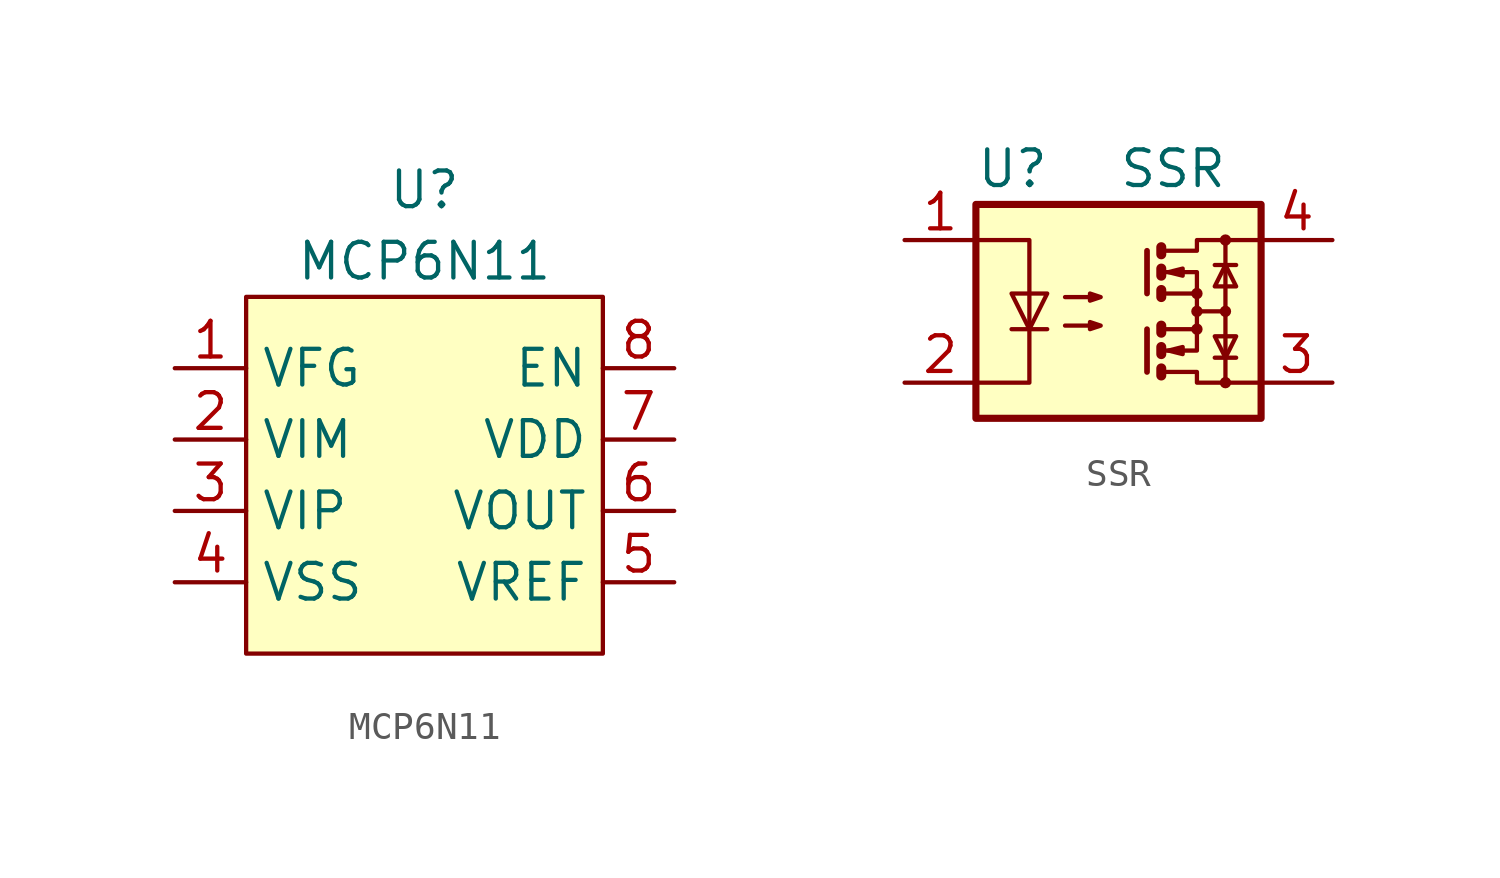
<source format=kicad_sym>
(kicad_symbol_lib
  (version 20211014)
  (generator kicad_symbol_editor)
  (symbol "MCP6N11"
    (property "Reference" "U"
      (at 0 5.08 0)
      (effects (font (size 1.27 1.27))))
    (property "Value" "MCP6N11"
      (at 0 2.54 0)
      (effects (font (size 1.27 1.27))))
    (symbol "MCP6N11_0_1"
      (rectangle (start 6.35 1.27) (end -6.35 -11.43) (stroke (width 0) (type default) (color 0 0 0 0)) (fill (type background))))
    (symbol "MCP6N11_1_1"
      (pin input line (at -8.89 -1.27 0) (length 2.54) (name "VFG" (effects (font (size 1.27 1.27)))) (number "1" (effects (font (size 1.27 1.27)))))
      (pin input line (at -8.89 -3.81 0) (length 2.54) (name "VIM" (effects (font (size 1.27 1.27)))) (number "2" (effects (font (size 1.27 1.27)))))
      (pin input line (at -8.89 -6.35 0) (length 2.54) (name "VIP" (effects (font (size 1.27 1.27)))) (number "3" (effects (font (size 1.27 1.27)))))
      (pin input line (at -8.89 -8.89 0) (length 2.54) (name "VSS" (effects (font (size 1.27 1.27)))) (number "4" (effects (font (size 1.27 1.27)))))
      (pin input line (at 8.89 -8.89 180) (length 2.54) (name "VREF" (effects (font (size 1.27 1.27)))) (number "5" (effects (font (size 1.27 1.27)))))
      (pin input line (at 8.89 -6.35 180) (length 2.54) (name "VOUT" (effects (font (size 1.27 1.27)))) (number "6" (effects (font (size 1.27 1.27)))))
      (pin input line (at 8.89 -3.81 180) (length 2.54) (name "VDD" (effects (font (size 1.27 1.27)))) (number "7" (effects (font (size 1.27 1.27)))))
      (pin input line (at 8.89 -1.27 180) (length 2.54) (name "EN" (effects (font (size 1.27 1.27)))) (number "8" (effects (font (size 1.27 1.27)))))))
  (symbol "SSR"
    (property "Reference" "U"
      (at -5.08 5.08 0)
      (effects (font (size 1.27 1.27)) (justify left)))
    (property "Value" "SSR"
      (at 0 5.08 0)
      (effects (font (size 1.27 1.27)) (justify left)))
    (symbol "SSR_0_1"
      (rectangle (start -5.08 3.81) (end 5.08 -3.81) (stroke (width 0.254) (type default) (color 0 0 0 0)) (fill (type background)))
      (polyline (pts (xy -3.81 -0.635) (xy -2.54 -0.635)) (stroke (width 0) (type default) (color 0 0 0 0)) (fill (type none)))
      (polyline (pts (xy 1.016 -0.635) (xy 1.016 -2.159)) (stroke (width 0.203) (type default) (color 0 0 0 0)) (fill (type none)))
      (polyline (pts (xy 1.016 2.159) (xy 1.016 0.635)) (stroke (width 0.203) (type default) (color 0 0 0 0)) (fill (type none)))
      (polyline (pts (xy 1.524 -0.508) (xy 1.524 -0.762)) (stroke (width 0.356) (type default) (color 0 0 0 0)) (fill (type none)))
      (polyline (pts (xy 2.794 0) (xy 3.81 0)) (stroke (width 0) (type default) (color 0 0 0 0)) (fill (type none)))
      (polyline (pts (xy 3.429 -1.651) (xy 4.191 -1.651)) (stroke (width 0) (type default) (color 0 0 0 0)) (fill (type none)))
      (polyline (pts (xy 3.429 1.651) (xy 4.191 1.651)) (stroke (width 0) (type default) (color 0 0 0 0)) (fill (type none)))
      (polyline (pts (xy 3.81 -2.54) (xy 3.81 2.54)) (stroke (width 0) (type default) (color 0 0 0 0)) (fill (type none)))
      (polyline (pts (xy 1.524 -2.032) (xy 1.524 -2.286) (xy 1.524 -2.286)) (stroke (width 0.356) (type default) (color 0 0 0 0)) (fill (type none)))
      (polyline (pts (xy 1.524 -1.27) (xy 1.524 -1.524) (xy 1.524 -1.524)) (stroke (width 0.356) (type default) (color 0 0 0 0)) (fill (type none)))
      (polyline (pts (xy 1.524 0.762) (xy 1.524 0.508) (xy 1.524 0.508)) (stroke (width 0.356) (type default) (color 0 0 0 0)) (fill (type none)))
      (polyline (pts (xy 1.524 1.524) (xy 1.524 1.27) (xy 1.524 1.27)) (stroke (width 0.356) (type default) (color 0 0 0 0)) (fill (type none)))
      (polyline (pts (xy 1.524 2.286) (xy 1.524 2.032) (xy 1.524 2.032)) (stroke (width 0.356) (type default) (color 0 0 0 0)) (fill (type none)))
      (polyline (pts (xy 1.651 -1.397) (xy 2.794 -1.397) (xy 2.794 -0.635)) (stroke (width 0) (type default) (color 0 0 0 0)) (fill (type none)))
      (polyline (pts (xy 1.651 1.397) (xy 2.794 1.397) (xy 2.794 0.635)) (stroke (width 0) (type default) (color 0 0 0 0)) (fill (type none)))
      (polyline (pts (xy -5.08 2.54) (xy -3.175 2.54) (xy -3.175 -2.54) (xy -5.08 -2.54)) (stroke (width 0) (type default) (color 0 0 0 0)) (fill (type none)))
      (polyline (pts (xy -3.175 -0.635) (xy -3.81 0.635) (xy -2.54 0.635) (xy -3.175 -0.635)) (stroke (width 0) (type default) (color 0 0 0 0)) (fill (type none)))
      (polyline (pts (xy 1.651 -2.159) (xy 2.794 -2.159) (xy 2.794 -2.54) (xy 5.08 -2.54)) (stroke (width 0) (type default) (color 0 0 0 0)) (fill (type none)))
      (polyline (pts (xy 1.651 -0.635) (xy 2.794 -0.635) (xy 2.794 0.635) (xy 1.651 0.635)) (stroke (width 0) (type default) (color 0 0 0 0)) (fill (type none)))
      (polyline (pts (xy 1.651 2.159) (xy 2.794 2.159) (xy 2.794 2.54) (xy 5.08 2.54)) (stroke (width 0) (type default) (color 0 0 0 0)) (fill (type none)))
      (polyline (pts (xy 1.778 -1.397) (xy 2.286 -1.27) (xy 2.286 -1.524) (xy 1.778 -1.397)) (stroke (width 0) (type default) (color 0 0 0 0)) (fill (type none)))
      (polyline (pts (xy 1.778 1.397) (xy 2.286 1.524) (xy 2.286 1.27) (xy 1.778 1.397)) (stroke (width 0) (type default) (color 0 0 0 0)) (fill (type none)))
      (polyline (pts (xy 3.81 -1.651) (xy 3.429 -0.889) (xy 4.191 -0.889) (xy 3.81 -1.651)) (stroke (width 0) (type default) (color 0 0 0 0)) (fill (type none)))
      (polyline (pts (xy 3.81 1.651) (xy 3.429 0.889) (xy 4.191 0.889) (xy 3.81 1.651)) (stroke (width 0) (type default) (color 0 0 0 0)) (fill (type none)))
      (polyline (pts (xy -1.905 -0.508) (xy -0.635 -0.508) (xy -1.016 -0.635) (xy -1.016 -0.381) (xy -0.635 -0.508)) (stroke (width 0) (type default) (color 0 0 0 0)) (fill (type none)))
      (polyline (pts (xy -1.905 0.508) (xy -0.635 0.508) (xy -1.016 0.381) (xy -1.016 0.635) (xy -0.635 0.508)) (stroke (width 0) (type default) (color 0 0 0 0)) (fill (type none)))
      (circle (center 2.794 -0.635) (radius 0.127) (stroke (width 0) (type default) (color 0 0 0 0)) (fill (type none)))
      (circle (center 2.794 0) (radius 0.127) (stroke (width 0) (type default) (color 0 0 0 0)) (fill (type none)))
      (circle (center 2.794 0.635) (radius 0.127) (stroke (width 0) (type default) (color 0 0 0 0)) (fill (type none)))
      (circle (center 3.81 -2.54) (radius 0.127) (stroke (width 0) (type default) (color 0 0 0 0)) (fill (type none)))
      (circle (center 3.81 0) (radius 0.127) (stroke (width 0) (type default) (color 0 0 0 0)) (fill (type none)))
      (circle (center 3.81 2.54) (radius 0.127) (stroke (width 0) (type default) (color 0 0 0 0)) (fill (type none))))
    (symbol "SSR_1_1"
      (pin passive line (at -7.62 2.54 0) (length 2.54) (name "~" (effects (font (size 1.27 1.27)))) (number "1" (effects (font (size 1.27 1.27)))))
      (pin passive line (at -7.62 -2.54 0) (length 2.54) (name "~" (effects (font (size 1.27 1.27)))) (number "2" (effects (font (size 1.27 1.27)))))
      (pin passive line (at 7.62 -2.54 180) (length 2.54) (name "~" (effects (font (size 1.27 1.27)))) (number "3" (effects (font (size 1.27 1.27)))))
      (pin passive line (at 7.62 2.54 180) (length 2.54) (name "~" (effects (font (size 1.27 1.27)))) (number "4" (effects (font (size 1.27 1.27))))))))
</source>
